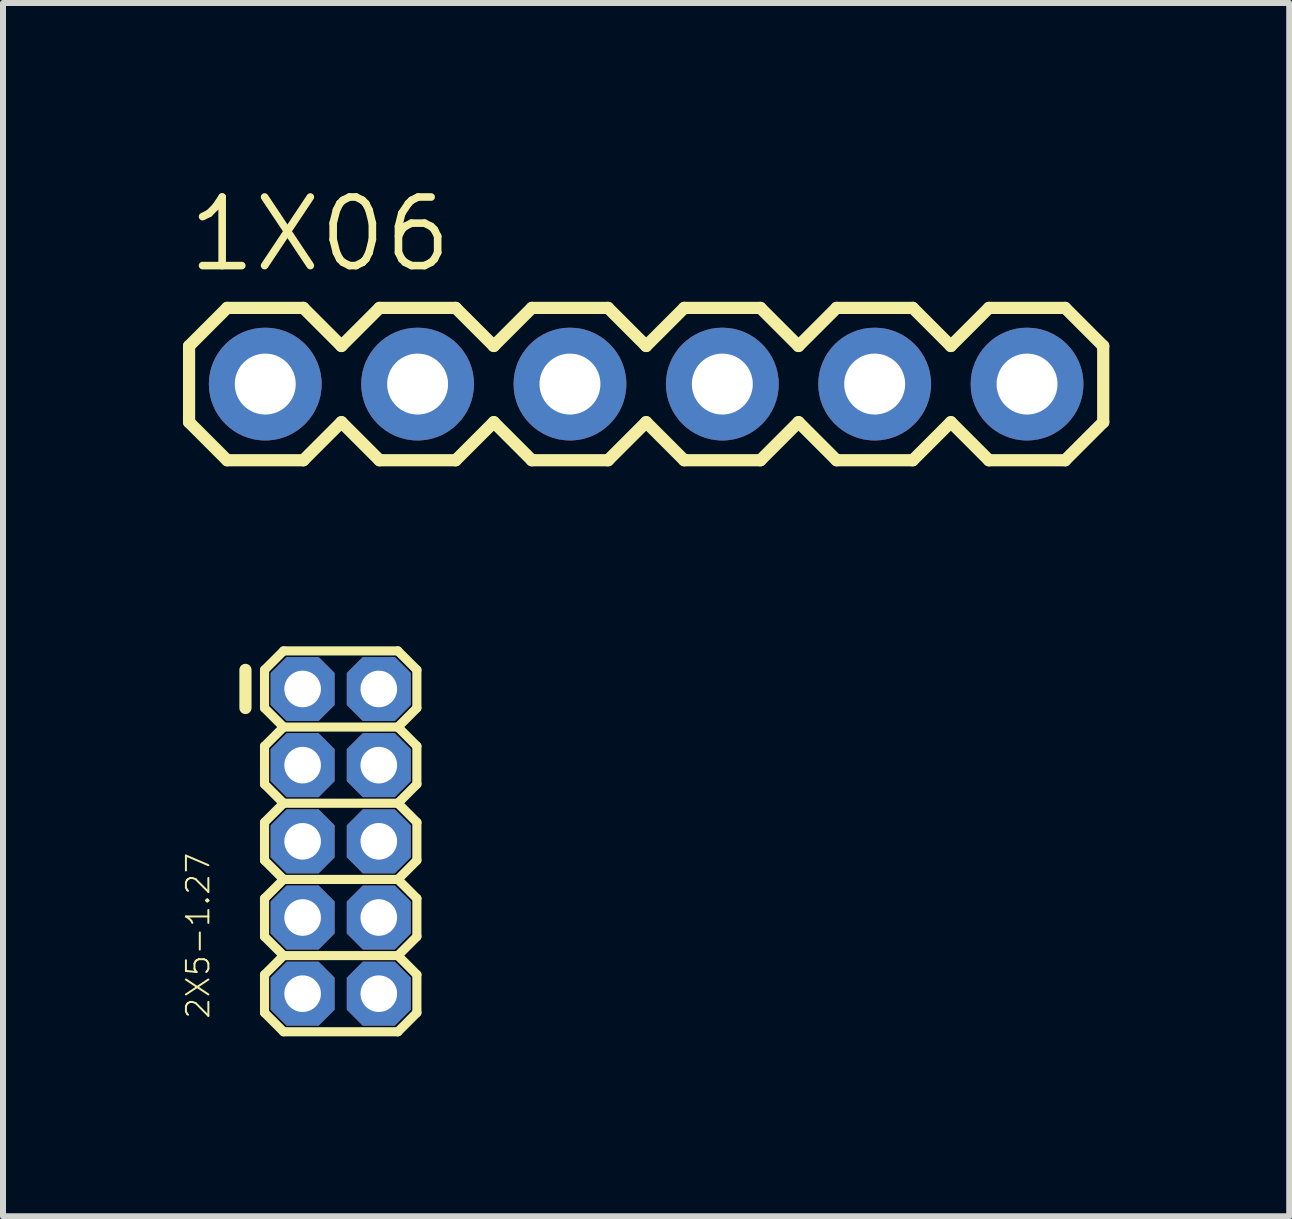
<source format=kicad_pcb>
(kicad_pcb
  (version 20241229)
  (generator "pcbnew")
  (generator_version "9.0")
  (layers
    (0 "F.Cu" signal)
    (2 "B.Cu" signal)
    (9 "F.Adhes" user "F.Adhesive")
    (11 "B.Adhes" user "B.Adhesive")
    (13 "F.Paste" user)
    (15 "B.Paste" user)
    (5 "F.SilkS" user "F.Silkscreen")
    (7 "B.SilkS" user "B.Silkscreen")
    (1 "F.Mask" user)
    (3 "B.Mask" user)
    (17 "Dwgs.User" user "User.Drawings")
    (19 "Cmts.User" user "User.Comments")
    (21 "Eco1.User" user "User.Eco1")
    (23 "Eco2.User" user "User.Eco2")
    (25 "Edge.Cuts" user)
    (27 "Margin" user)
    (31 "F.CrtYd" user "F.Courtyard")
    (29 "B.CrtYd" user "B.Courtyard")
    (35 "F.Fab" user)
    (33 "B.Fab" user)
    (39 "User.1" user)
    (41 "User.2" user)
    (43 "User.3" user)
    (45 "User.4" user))
  (footprint "2X5-1.27"
    (layer "F.Cu")
    (at 3.265 12.246)
    (property "Reference" "2X5-1.27" (at -2.794 1.714 90) (layer "F.SilkS") (effects (font (size 0.374 0.374) (thickness 0.033)) (justify left bottom)))
    (fp_line (start -2.223 -4.128) (end -2.223 -3.493) (stroke (width 0.203) (type solid)) (layer "F.SilkS"))
    (fp_line (start -1.905 -4.128) (end -1.905 -3.493) (stroke (width 0.152) (type solid)) (layer "F.SilkS"))
    (fp_line (start -1.905 -3.493) (end -1.587 -3.175) (stroke (width 0.152) (type solid)) (layer "F.SilkS"))
    (fp_line (start -1.905 -2.857) (end -1.905 -2.223) (stroke (width 0.152) (type solid)) (layer "F.SilkS"))
    (fp_line (start -1.905 -2.223) (end -1.587 -1.905) (stroke (width 0.152) (type solid)) (layer "F.SilkS"))
    (fp_line (start -1.905 -1.587) (end -1.905 -0.953) (stroke (width 0.152) (type solid)) (layer "F.SilkS"))
    (fp_line (start -1.905 -0.953) (end -1.587 -0.635) (stroke (width 0.152) (type solid)) (layer "F.SilkS"))
    (fp_line (start -1.905 -0.318) (end -1.905 0.318) (stroke (width 0.152) (type solid)) (layer "F.SilkS"))
    (fp_line (start -1.905 0.318) (end -1.587 0.635) (stroke (width 0.152) (type solid)) (layer "F.SilkS"))
    (fp_line (start -1.905 0.953) (end -1.905 1.587) (stroke (width 0.152) (type solid)) (layer "F.SilkS"))
    (fp_line (start -1.905 1.587) (end -1.587 1.905) (stroke (width 0.152) (type solid)) (layer "F.SilkS"))
    (fp_line (start -1.587 -4.445) (end -1.905 -4.128) (stroke (width 0.152) (type solid)) (layer "F.SilkS"))
    (fp_line (start -1.587 -4.445) (end 0.318 -4.445) (stroke (width 0.152) (type solid)) (layer "F.SilkS"))
    (fp_line (start -1.587 -3.175) (end -1.905 -2.857) (stroke (width 0.152) (type solid)) (layer "F.SilkS"))
    (fp_line (start -1.587 -1.905) (end -1.905 -1.587) (stroke (width 0.152) (type solid)) (layer "F.SilkS"))
    (fp_line (start -1.587 -0.635) (end -1.905 -0.318) (stroke (width 0.152) (type solid)) (layer "F.SilkS"))
    (fp_line (start -1.587 0.635) (end -1.905 0.953) (stroke (width 0.152) (type solid)) (layer "F.SilkS"))
    (fp_line (start 0.318 -4.445) (end 0.635 -4.128) (stroke (width 0.152) (type solid)) (layer "F.SilkS"))
    (fp_line (start 0.318 -3.175) (end -1.587 -3.175) (stroke (width 0.152) (type solid)) (layer "F.SilkS"))
    (fp_line (start 0.318 -3.175) (end 0.635 -2.857) (stroke (width 0.152) (type solid)) (layer "F.SilkS"))
    (fp_line (start 0.318 -1.905) (end -1.587 -1.905) (stroke (width 0.152) (type solid)) (layer "F.SilkS"))
    (fp_line (start 0.318 -1.905) (end 0.635 -1.587) (stroke (width 0.152) (type solid)) (layer "F.SilkS"))
    (fp_line (start 0.318 -0.635) (end -1.587 -0.635) (stroke (width 0.152) (type solid)) (layer "F.SilkS"))
    (fp_line (start 0.318 -0.635) (end 0.635 -0.318) (stroke (width 0.152) (type solid)) (layer "F.SilkS"))
    (fp_line (start 0.318 0.635) (end -1.587 0.635) (stroke (width 0.152) (type solid)) (layer "F.SilkS"))
    (fp_line (start 0.318 0.635) (end 0.635 0.953) (stroke (width 0.152) (type solid)) (layer "F.SilkS"))
    (fp_line (start 0.318 1.905) (end -1.587 1.905) (stroke (width 0.152) (type solid)) (layer "F.SilkS"))
    (fp_line (start 0.635 -4.128) (end 0.635 -3.493) (stroke (width 0.152) (type solid)) (layer "F.SilkS"))
    (fp_line (start 0.635 -3.493) (end 0.318 -3.175) (stroke (width 0.152) (type solid)) (layer "F.SilkS"))
    (fp_line (start 0.635 -2.857) (end 0.635 -2.223) (stroke (width 0.152) (type solid)) (layer "F.SilkS"))
    (fp_line (start 0.635 -2.223) (end 0.318 -1.905) (stroke (width 0.152) (type solid)) (layer "F.SilkS"))
    (fp_line (start 0.635 -1.587) (end 0.635 -0.953) (stroke (width 0.152) (type solid)) (layer "F.SilkS"))
    (fp_line (start 0.635 -0.953) (end 0.318 -0.635) (stroke (width 0.152) (type solid)) (layer "F.SilkS"))
    (fp_line (start 0.635 -0.318) (end 0.635 0.318) (stroke (width 0.152) (type solid)) (layer "F.SilkS"))
    (fp_line (start 0.635 0.318) (end 0.318 0.635) (stroke (width 0.152) (type solid)) (layer "F.SilkS"))
    (fp_line (start 0.635 0.953) (end 0.635 1.587) (stroke (width 0.152) (type solid)) (layer "F.SilkS"))
    (fp_line (start 0.635 1.587) (end 0.318 1.905) (stroke (width 0.152) (type solid)) (layer "F.SilkS"))
    (fp_poly (pts (xy -1.397 -3.683) (xy -1.143 -3.683) (xy -1.143 -3.937) (xy -1.397 -3.937)) (stroke (width 0.1) (type solid)) (fill no) (layer "F.Fab"))
    (fp_poly (pts (xy -1.397 -2.413) (xy -1.143 -2.413) (xy -1.143 -2.667) (xy -1.397 -2.667)) (stroke (width 0.1) (type solid)) (fill no) (layer "F.Fab"))
    (fp_poly (pts (xy -1.397 -1.143) (xy -1.143 -1.143) (xy -1.143 -1.397) (xy -1.397 -1.397)) (stroke (width 0.1) (type solid)) (fill no) (layer "F.Fab"))
    (fp_poly (pts (xy -1.397 0.127) (xy -1.143 0.127) (xy -1.143 -0.127) (xy -1.397 -0.127)) (stroke (width 0.1) (type solid)) (fill no) (layer "F.Fab"))
    (fp_poly (pts (xy -1.397 1.397) (xy -1.143 1.397) (xy -1.143 1.143) (xy -1.397 1.143)) (stroke (width 0.1) (type solid)) (fill no) (layer "F.Fab"))
    (fp_poly (pts (xy -0.127 -3.683) (xy 0.127 -3.683) (xy 0.127 -3.937) (xy -0.127 -3.937)) (stroke (width 0.1) (type solid)) (fill no) (layer "F.Fab"))
    (fp_poly (pts (xy -0.127 -2.413) (xy 0.127 -2.413) (xy 0.127 -2.667) (xy -0.127 -2.667)) (stroke (width 0.1) (type solid)) (fill no) (layer "F.Fab"))
    (fp_poly (pts (xy -0.127 -1.143) (xy 0.127 -1.143) (xy 0.127 -1.397) (xy -0.127 -1.397)) (stroke (width 0.1) (type solid)) (fill no) (layer "F.Fab"))
    (fp_poly (pts (xy -0.127 0.127) (xy 0.127 0.127) (xy 0.127 -0.127) (xy -0.127 -0.127)) (stroke (width 0.1) (type solid)) (fill no) (layer "F.Fab"))
    (fp_poly (pts (xy -0.127 1.397) (xy 0.127 1.397) (xy 0.127 1.143) (xy -0.127 1.143)) (stroke (width 0.1) (type solid)) (fill no) (layer "F.Fab"))
    (pad "1" thru_hole roundrect (at -1.27 -3.81 270) (size 1.067 1.067) (drill 0.61) (layers "*.Cu" "*.Mask") (roundrect_rratio 0.25) (chamfer_ratio 0.25) (chamfer top_left top_right bottom_left bottom_right))
    (pad "2" thru_hole roundrect (at 0 -3.81 270) (size 1.067 1.067) (drill 0.61) (layers "*.Cu" "*.Mask") (roundrect_rratio 0.25) (chamfer_ratio 0.25) (chamfer top_left top_right bottom_left bottom_right))
    (pad "3" thru_hole roundrect (at -1.27 -2.54 270) (size 1.067 1.067) (drill 0.61) (layers "*.Cu" "*.Mask") (roundrect_rratio 0.25) (chamfer_ratio 0.25) (chamfer top_left top_right bottom_left bottom_right))
    (pad "4" thru_hole roundrect (at 0 -2.54 270) (size 1.067 1.067) (drill 0.61) (layers "*.Cu" "*.Mask") (roundrect_rratio 0.25) (chamfer_ratio 0.25) (chamfer top_left top_right bottom_left bottom_right))
    (pad "5" thru_hole roundrect (at -1.27 -1.27 270) (size 1.067 1.067) (drill 0.61) (layers "*.Cu" "*.Mask") (roundrect_rratio 0.25) (chamfer_ratio 0.25) (chamfer top_left top_right bottom_left bottom_right))
    (pad "6" thru_hole roundrect (at 0 -1.27 270) (size 1.067 1.067) (drill 0.61) (layers "*.Cu" "*.Mask") (roundrect_rratio 0.25) (chamfer_ratio 0.25) (chamfer top_left top_right bottom_left bottom_right))
    (pad "7" thru_hole roundrect (at -1.27 0 270) (size 1.067 1.067) (drill 0.61) (layers "*.Cu" "*.Mask") (roundrect_rratio 0.25) (chamfer_ratio 0.25) (chamfer top_left top_right bottom_left bottom_right))
    (pad "8" thru_hole roundrect (at 0 0 270) (size 1.067 1.067) (drill 0.61) (layers "*.Cu" "*.Mask") (roundrect_rratio 0.25) (chamfer_ratio 0.25) (chamfer top_left top_right bottom_left bottom_right))
    (pad "9" thru_hole roundrect (at -1.27 1.27 270) (size 1.067 1.067) (drill 0.61) (layers "*.Cu" "*.Mask") (roundrect_rratio 0.25) (chamfer_ratio 0.25) (chamfer top_left top_right bottom_left bottom_right))
    (pad "10" thru_hole roundrect (at 0 1.27 270) (size 1.067 1.067) (drill 0.61) (layers "*.Cu" "*.Mask") (roundrect_rratio 0.25) (chamfer_ratio 0.25) (chamfer top_left top_right bottom_left bottom_right)))
  (footprint "1X06"
    (layer "F.Cu")
    (at 1.372 3.353)
    (property "Reference" "1X06" (at -1.346 -1.829 0) (layer "F.SilkS") (effects (font (size 1.143 1.143) (thickness 0.127)) (justify left bottom)))
    (fp_line (start -1.27 -0.635) (end -1.27 0.635) (stroke (width 0.203) (type solid)) (layer "F.SilkS"))
    (fp_line (start -1.27 0.635) (end -0.635 1.27) (stroke (width 0.203) (type solid)) (layer "F.SilkS"))
    (fp_line (start -0.635 -1.27) (end -1.27 -0.635) (stroke (width 0.203) (type solid)) (layer "F.SilkS"))
    (fp_line (start -0.635 -1.27) (end 0.635 -1.27) (stroke (width 0.203) (type solid)) (layer "F.SilkS"))
    (fp_line (start 0.635 -1.27) (end 1.27 -0.635) (stroke (width 0.203) (type solid)) (layer "F.SilkS"))
    (fp_line (start 0.635 1.27) (end -0.635 1.27) (stroke (width 0.203) (type solid)) (layer "F.SilkS"))
    (fp_line (start 1.27 -0.635) (end 1.905 -1.27) (stroke (width 0.203) (type solid)) (layer "F.SilkS"))
    (fp_line (start 1.27 0.635) (end 0.635 1.27) (stroke (width 0.203) (type solid)) (layer "F.SilkS"))
    (fp_line (start 1.905 -1.27) (end 3.175 -1.27) (stroke (width 0.203) (type solid)) (layer "F.SilkS"))
    (fp_line (start 1.905 1.27) (end 1.27 0.635) (stroke (width 0.203) (type solid)) (layer "F.SilkS"))
    (fp_line (start 3.175 -1.27) (end 3.81 -0.635) (stroke (width 0.203) (type solid)) (layer "F.SilkS"))
    (fp_line (start 3.175 1.27) (end 1.905 1.27) (stroke (width 0.203) (type solid)) (layer "F.SilkS"))
    (fp_line (start 3.81 -0.635) (end 4.445 -1.27) (stroke (width 0.203) (type solid)) (layer "F.SilkS"))
    (fp_line (start 3.81 0.635) (end 3.175 1.27) (stroke (width 0.203) (type solid)) (layer "F.SilkS"))
    (fp_line (start 4.445 -1.27) (end 5.715 -1.27) (stroke (width 0.203) (type solid)) (layer "F.SilkS"))
    (fp_line (start 4.445 1.27) (end 3.81 0.635) (stroke (width 0.203) (type solid)) (layer "F.SilkS"))
    (fp_line (start 5.715 -1.27) (end 6.35 -0.635) (stroke (width 0.203) (type solid)) (layer "F.SilkS"))
    (fp_line (start 5.715 1.27) (end 4.445 1.27) (stroke (width 0.203) (type solid)) (layer "F.SilkS"))
    (fp_line (start 6.35 0.635) (end 5.715 1.27) (stroke (width 0.203) (type solid)) (layer "F.SilkS"))
    (fp_line (start 6.35 0.635) (end 6.985 1.27) (stroke (width 0.203) (type solid)) (layer "F.SilkS"))
    (fp_line (start 6.985 -1.27) (end 6.35 -0.635) (stroke (width 0.203) (type solid)) (layer "F.SilkS"))
    (fp_line (start 6.985 -1.27) (end 8.255 -1.27) (stroke (width 0.203) (type solid)) (layer "F.SilkS"))
    (fp_line (start 8.255 -1.27) (end 8.89 -0.635) (stroke (width 0.203) (type solid)) (layer "F.SilkS"))
    (fp_line (start 8.255 1.27) (end 6.985 1.27) (stroke (width 0.203) (type solid)) (layer "F.SilkS"))
    (fp_line (start 8.89 -0.635) (end 9.525 -1.27) (stroke (width 0.203) (type solid)) (layer "F.SilkS"))
    (fp_line (start 8.89 0.635) (end 8.255 1.27) (stroke (width 0.203) (type solid)) (layer "F.SilkS"))
    (fp_line (start 9.525 -1.27) (end 10.795 -1.27) (stroke (width 0.203) (type solid)) (layer "F.SilkS"))
    (fp_line (start 9.525 1.27) (end 8.89 0.635) (stroke (width 0.203) (type solid)) (layer "F.SilkS"))
    (fp_line (start 10.795 -1.27) (end 11.43 -0.635) (stroke (width 0.203) (type solid)) (layer "F.SilkS"))
    (fp_line (start 10.795 1.27) (end 9.525 1.27) (stroke (width 0.203) (type solid)) (layer "F.SilkS"))
    (fp_line (start 11.43 -0.635) (end 12.065 -1.27) (stroke (width 0.203) (type solid)) (layer "F.SilkS"))
    (fp_line (start 11.43 0.635) (end 10.795 1.27) (stroke (width 0.203) (type solid)) (layer "F.SilkS"))
    (fp_line (start 12.065 -1.27) (end 13.335 -1.27) (stroke (width 0.203) (type solid)) (layer "F.SilkS"))
    (fp_line (start 12.065 1.27) (end 11.43 0.635) (stroke (width 0.203) (type solid)) (layer "F.SilkS"))
    (fp_line (start 13.335 -1.27) (end 13.97 -0.635) (stroke (width 0.203) (type solid)) (layer "F.SilkS"))
    (fp_line (start 13.335 1.27) (end 12.065 1.27) (stroke (width 0.203) (type solid)) (layer "F.SilkS"))
    (fp_line (start 13.97 -0.635) (end 13.97 0.635) (stroke (width 0.203) (type solid)) (layer "F.SilkS"))
    (fp_line (start 13.97 0.635) (end 13.335 1.27) (stroke (width 0.203) (type solid)) (layer "F.SilkS"))
    (fp_poly (pts (xy -0.254 0.254) (xy 0.254 0.254) (xy 0.254 -0.254) (xy -0.254 -0.254)) (stroke (width 0.1) (type solid)) (fill no) (layer "F.Fab"))
    (fp_poly (pts (xy 2.286 0.254) (xy 2.794 0.254) (xy 2.794 -0.254) (xy 2.286 -0.254)) (stroke (width 0.1) (type solid)) (fill no) (layer "F.Fab"))
    (fp_poly (pts (xy 4.826 0.254) (xy 5.334 0.254) (xy 5.334 -0.254) (xy 4.826 -0.254)) (stroke (width 0.1) (type solid)) (fill no) (layer "F.Fab"))
    (fp_poly (pts (xy 7.366 0.254) (xy 7.874 0.254) (xy 7.874 -0.254) (xy 7.366 -0.254)) (stroke (width 0.1) (type solid)) (fill no) (layer "F.Fab"))
    (fp_poly (pts (xy 9.906 0.254) (xy 10.414 0.254) (xy 10.414 -0.254) (xy 9.906 -0.254)) (stroke (width 0.1) (type solid)) (fill no) (layer "F.Fab"))
    (fp_poly (pts (xy 12.446 0.254) (xy 12.954 0.254) (xy 12.954 -0.254) (xy 12.446 -0.254)) (stroke (width 0.1) (type solid)) (fill no) (layer "F.Fab"))
    (pad "1" thru_hole circle (at 0 0 90) (size 1.88 1.88) (drill 1.016) (layers "*.Cu" "*.Mask"))
    (pad "2" thru_hole circle (at 2.54 0 90) (size 1.88 1.88) (drill 1.016) (layers "*.Cu" "*.Mask"))
    (pad "3" thru_hole circle (at 5.08 0 90) (size 1.88 1.88) (drill 1.016) (layers "*.Cu" "*.Mask"))
    (pad "4" thru_hole circle (at 7.62 0 90) (size 1.88 1.88) (drill 1.016) (layers "*.Cu" "*.Mask"))
    (pad "5" thru_hole circle (at 10.16 0 90) (size 1.88 1.88) (drill 1.016) (layers "*.Cu" "*.Mask"))
    (pad "6" thru_hole circle (at 12.7 0 90) (size 1.88 1.88) (drill 1.016) (layers "*.Cu" "*.Mask")))
  (gr_rect
    (start -3 -3)
    (end 18.443 17.227)
    (stroke (width 0.1) (type default))
    (fill no)
    (layer "Edge.Cuts")))
</source>
